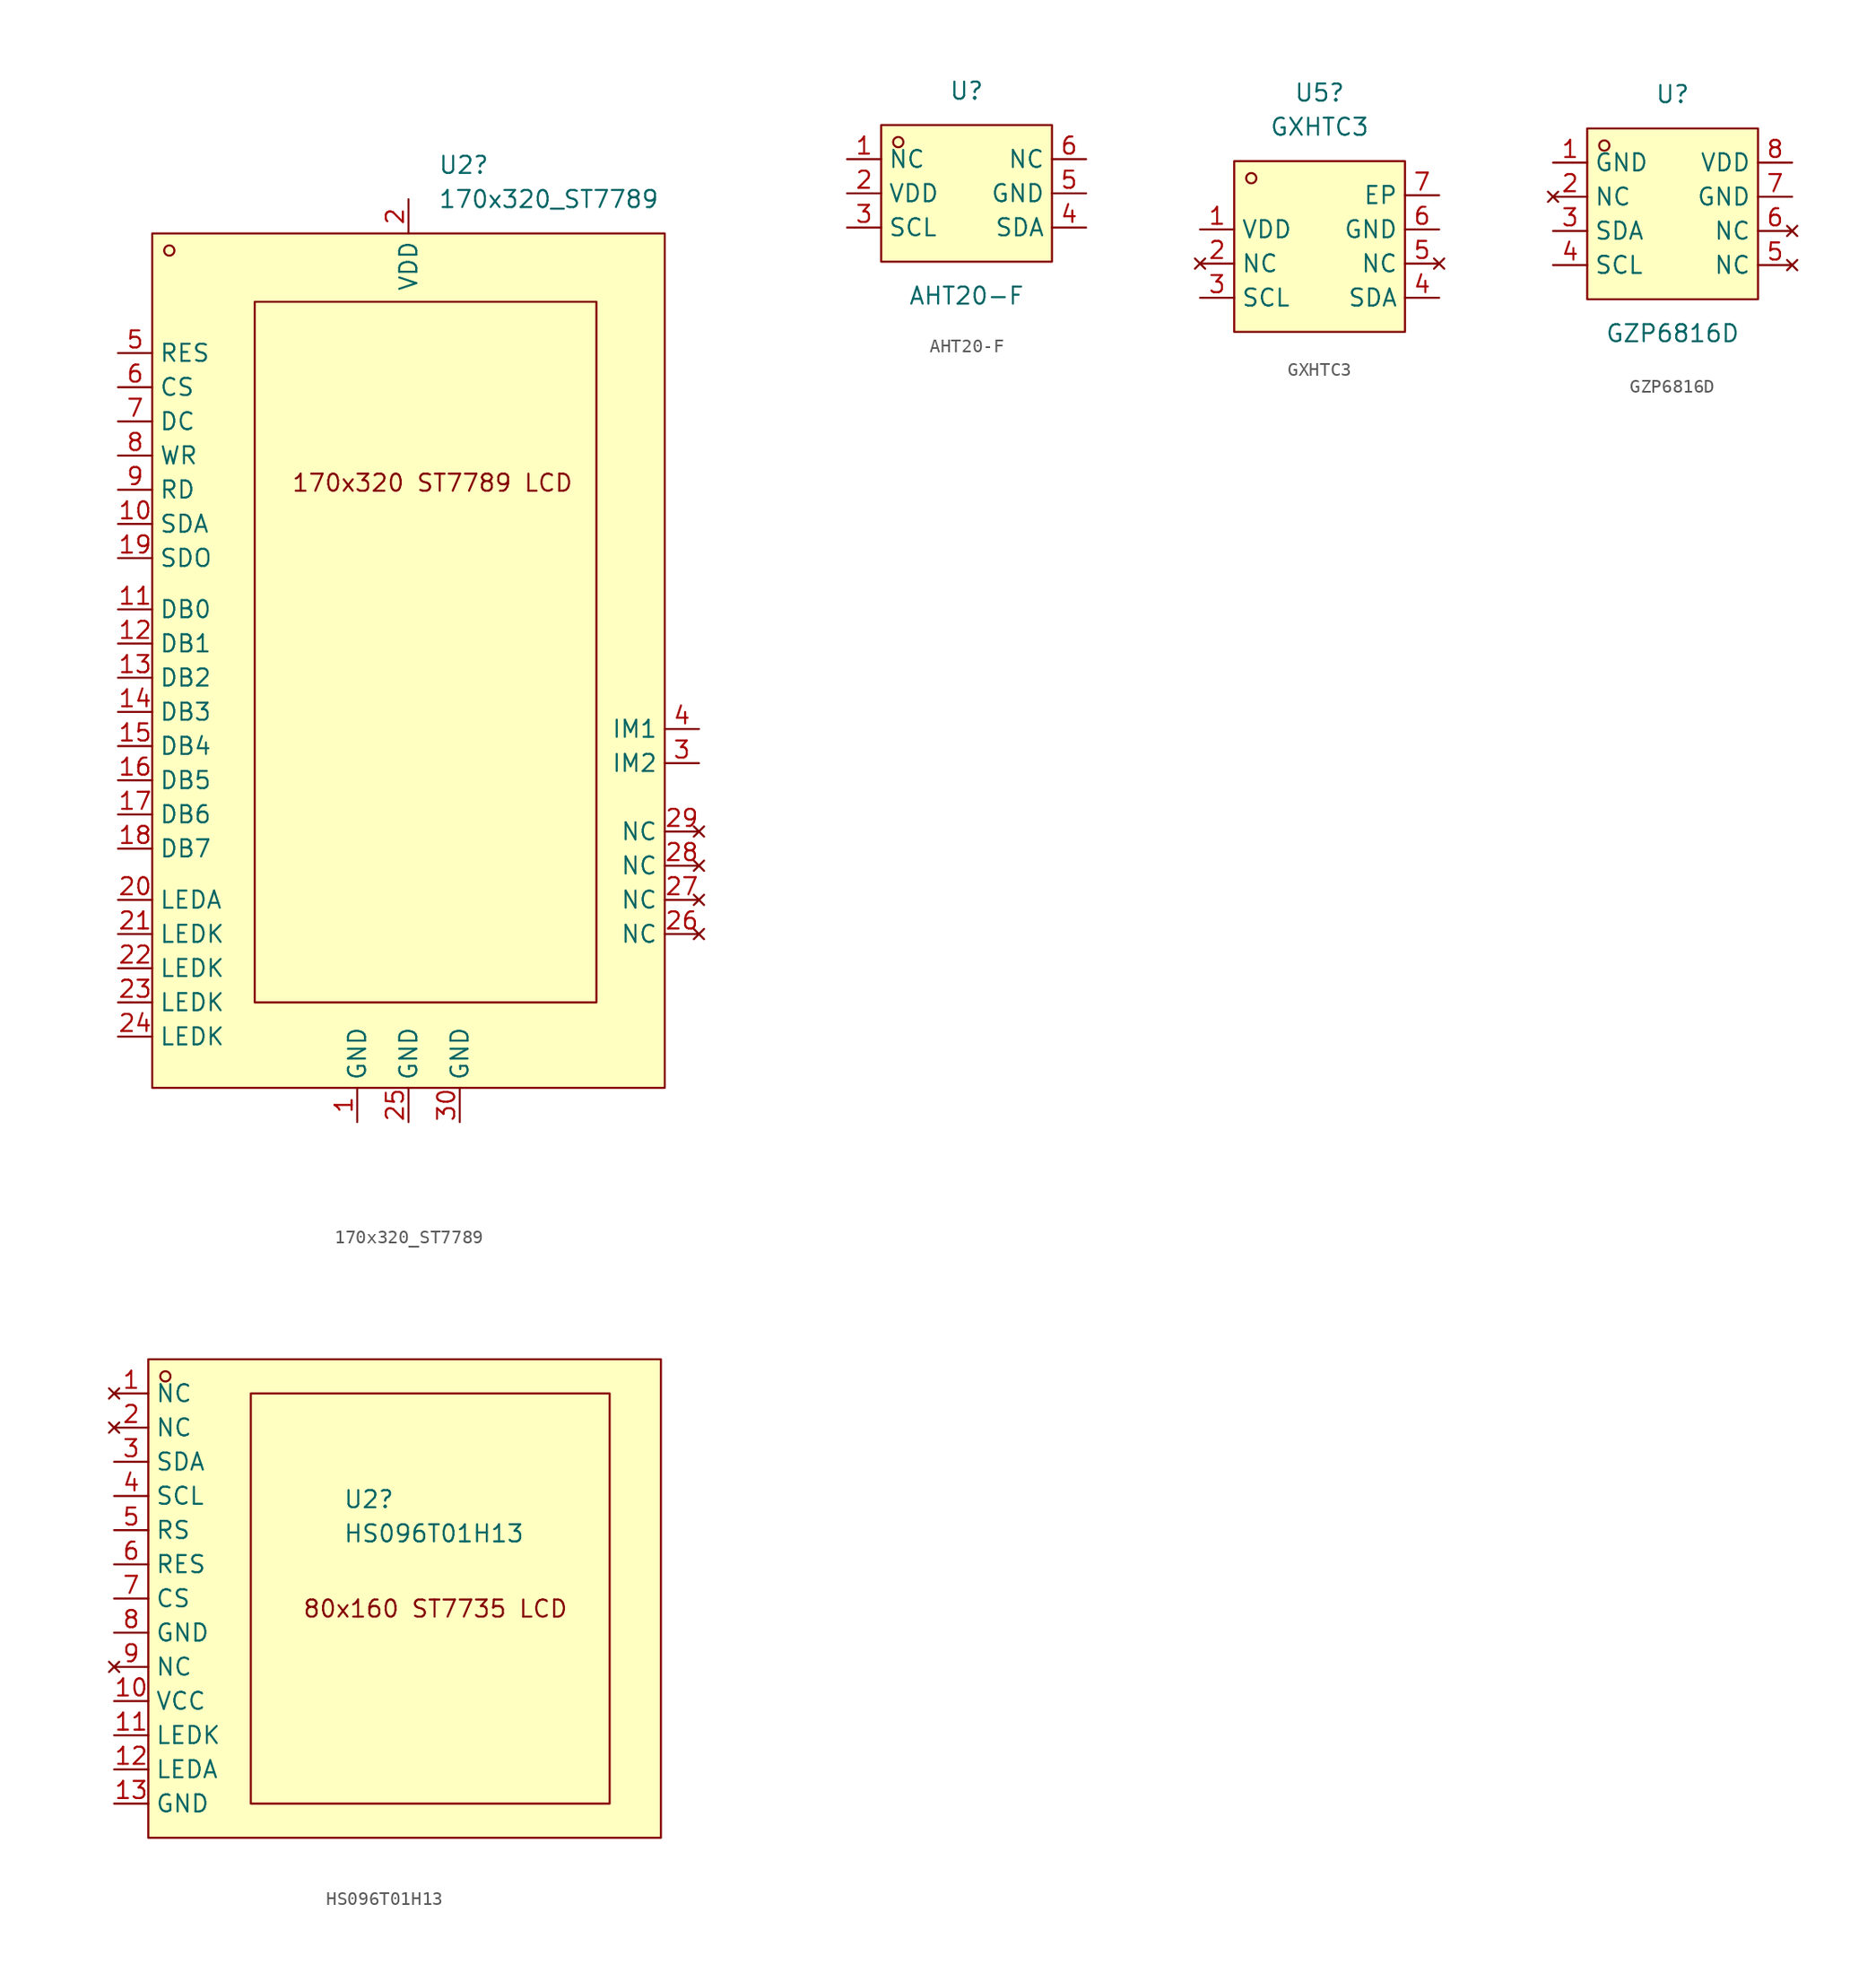
<source format=kicad_sym>
(kicad_symbol_lib
  (version 20231120)
  (generator "kicad_symbol_editor")
  (generator_version "8.0")
  (symbol "170x320_ST7789"
    (property "Reference" "U2"
      (at 2.194 21.59 0)
      (effects (font (size 1.27 1.27)) (justify left)))
    (property "Value" "170x320_ST7789"
      (at 2.194 19.05 0)
      (effects (font (size 1.27 1.27)) (justify left)))
    (symbol "170x320_ST7789_0_1"
      (rectangle (start -19.05 16.51) (end 19.05 -46.99) (stroke (width 0) (type default)) (fill (type background)))
      (circle (center -17.78 15.24) (radius 0.38) (stroke (width 0) (type default)) (fill (type none)))
      (rectangle (start -11.43 11.43) (end 13.97 -40.64) (stroke (width 0) (type default)) (fill (type background))))
    (symbol "170x320_ST7789_1_1"
      (text "170x320 ST7789 LCD" (at 1.778 -2.032 0) (effects (font (size 1.27 1.27))))
      (pin power_in line (at -3.81 -49.53 90) (length 2.54) (name "GND" (effects (font (size 1.27 1.27)))) (number "1" (effects (font (size 1.27 1.27)))))
      (pin input line (at -21.59 -5.08 0) (length 2.54) (name "SDA" (effects (font (size 1.27 1.27)))) (number "10" (effects (font (size 1.27 1.27)))))
      (pin input line (at -21.59 -11.43 0) (length 2.54) (name "DB0" (effects (font (size 1.27 1.27)))) (number "11" (effects (font (size 1.27 1.27)))))
      (pin input line (at -21.59 -13.97 0) (length 2.54) (name "DB1" (effects (font (size 1.27 1.27)))) (number "12" (effects (font (size 1.27 1.27)))))
      (pin input line (at -21.59 -16.51 0) (length 2.54) (name "DB2" (effects (font (size 1.27 1.27)))) (number "13" (effects (font (size 1.27 1.27)))))
      (pin input line (at -21.59 -19.05 0) (length 2.54) (name "DB3" (effects (font (size 1.27 1.27)))) (number "14" (effects (font (size 1.27 1.27)))))
      (pin input line (at -21.59 -21.59 0) (length 2.54) (name "DB4" (effects (font (size 1.27 1.27)))) (number "15" (effects (font (size 1.27 1.27)))))
      (pin input line (at -21.59 -24.13 0) (length 2.54) (name "DB5" (effects (font (size 1.27 1.27)))) (number "16" (effects (font (size 1.27 1.27)))))
      (pin input line (at -21.59 -26.67 0) (length 2.54) (name "DB6" (effects (font (size 1.27 1.27)))) (number "17" (effects (font (size 1.27 1.27)))))
      (pin input line (at -21.59 -29.21 0) (length 2.54) (name "DB7" (effects (font (size 1.27 1.27)))) (number "18" (effects (font (size 1.27 1.27)))))
      (pin output line (at -21.59 -7.62 0) (length 2.54) (name "SDO" (effects (font (size 1.27 1.27)))) (number "19" (effects (font (size 1.27 1.27)))))
      (pin power_in line (at 0 19.05 270) (length 2.54) (name "VDD" (effects (font (size 1.27 1.27)))) (number "2" (effects (font (size 1.27 1.27)))))
      (pin passive line (at -21.59 -33.02 0) (length 2.54) (name "LEDA" (effects (font (size 1.27 1.27)))) (number "20" (effects (font (size 1.27 1.27)))))
      (pin passive line (at -21.59 -35.56 0) (length 2.54) (name "LEDK" (effects (font (size 1.27 1.27)))) (number "21" (effects (font (size 1.27 1.27)))))
      (pin passive line (at -21.59 -38.1 0) (length 2.54) (name "LEDK" (effects (font (size 1.27 1.27)))) (number "22" (effects (font (size 1.27 1.27)))))
      (pin passive line (at -21.59 -40.64 0) (length 2.54) (name "LEDK" (effects (font (size 1.27 1.27)))) (number "23" (effects (font (size 1.27 1.27)))))
      (pin passive line (at -21.59 -43.18 0) (length 2.54) (name "LEDK" (effects (font (size 1.27 1.27)))) (number "24" (effects (font (size 1.27 1.27)))))
      (pin power_in line (at 0 -49.53 90) (length 2.54) (name "GND" (effects (font (size 1.27 1.27)))) (number "25" (effects (font (size 1.27 1.27)))))
      (pin no_connect line (at 21.59 -35.56 180) (length 2.54) (name "NC" (effects (font (size 1.27 1.27)))) (number "26" (effects (font (size 1.27 1.27)))))
      (pin no_connect line (at 21.59 -33.02 180) (length 2.54) (name "NC" (effects (font (size 1.27 1.27)))) (number "27" (effects (font (size 1.27 1.27)))))
      (pin no_connect line (at 21.59 -30.48 180) (length 2.54) (name "NC" (effects (font (size 1.27 1.27)))) (number "28" (effects (font (size 1.27 1.27)))))
      (pin no_connect line (at 21.59 -27.94 180) (length 2.54) (name "NC" (effects (font (size 1.27 1.27)))) (number "29" (effects (font (size 1.27 1.27)))))
      (pin input line (at 21.59 -22.86 180) (length 2.54) (name "IM2" (effects (font (size 1.27 1.27)))) (number "3" (effects (font (size 1.27 1.27)))))
      (pin power_in line (at 3.81 -49.53 90) (length 2.54) (name "GND" (effects (font (size 1.27 1.27)))) (number "30" (effects (font (size 1.27 1.27)))))
      (pin input line (at 21.59 -20.32 180) (length 2.54) (name "IM1" (effects (font (size 1.27 1.27)))) (number "4" (effects (font (size 1.27 1.27)))))
      (pin input line (at -21.59 7.62 0) (length 2.54) (name "RES" (effects (font (size 1.27 1.27)))) (number "5" (effects (font (size 1.27 1.27)))))
      (pin input line (at -21.59 5.08 0) (length 2.54) (name "CS" (effects (font (size 1.27 1.27)))) (number "6" (effects (font (size 1.27 1.27)))))
      (pin input line (at -21.59 2.54 0) (length 2.54) (name "DC" (effects (font (size 1.27 1.27)))) (number "7" (effects (font (size 1.27 1.27)))))
      (pin input line (at -21.59 0 0) (length 2.54) (name "WR" (effects (font (size 1.27 1.27)))) (number "8" (effects (font (size 1.27 1.27)))))
      (pin input line (at -21.59 -2.54 0) (length 2.54) (name "RD" (effects (font (size 1.27 1.27)))) (number "9" (effects (font (size 1.27 1.27)))))))
  (symbol "AHT20-F"
    (property "Reference" "U"
      (at 0 7.62 0)
      (effects (font (size 1.27 1.27))))
    (property "Value" "AHT20-F"
      (at 0 -7.62 0)
      (effects (font (size 1.27 1.27))))
    (symbol "AHT20-F_0_1"
      (rectangle (start -6.35 5.08) (end 6.35 -5.08) (stroke (width 0) (type default)) (fill (type background)))
      (circle (center -5.08 3.81) (radius 0.38) (stroke (width 0) (type default)) (fill (type none)))
      (pin unspecified line (at -8.89 2.54 0) (length 2.54) (name "NC" (effects (font (size 1.27 1.27)))) (number "1" (effects (font (size 1.27 1.27)))))
      (pin unspecified line (at -8.89 0 0) (length 2.54) (name "VDD" (effects (font (size 1.27 1.27)))) (number "2" (effects (font (size 1.27 1.27)))))
      (pin unspecified line (at -8.89 -2.54 0) (length 2.54) (name "SCL" (effects (font (size 1.27 1.27)))) (number "3" (effects (font (size 1.27 1.27)))))
      (pin unspecified line (at 8.89 -2.54 180) (length 2.54) (name "SDA" (effects (font (size 1.27 1.27)))) (number "4" (effects (font (size 1.27 1.27)))))
      (pin unspecified line (at 8.89 0 180) (length 2.54) (name "GND" (effects (font (size 1.27 1.27)))) (number "5" (effects (font (size 1.27 1.27)))))
      (pin unspecified line (at 8.89 2.54 180) (length 2.54) (name "NC" (effects (font (size 1.27 1.27)))) (number "6" (effects (font (size 1.27 1.27)))))))
  (symbol "GXHTC3"
    (property "Reference" "U5"
      (at 0 11.43 0)
      (effects (font (size 1.27 1.27))))
    (property "Value" "GXHTC3"
      (at 0 8.89 0)
      (effects (font (size 1.27 1.27))))
    (symbol "GXHTC3_0_1"
      (rectangle (start -6.35 6.35) (end 6.35 -6.35) (stroke (width 0) (type default)) (fill (type background)))
      (circle (center -5.08 5.08) (radius 0.38) (stroke (width 0) (type default)) (fill (type none))))
    (symbol "GXHTC3_1_1"
      (pin power_in line (at -8.89 1.27 0) (length 2.54) (name "VDD" (effects (font (size 1.27 1.27)))) (number "1" (effects (font (size 1.27 1.27)))))
      (pin no_connect line (at -8.89 -1.27 0) (length 2.54) (name "NC" (effects (font (size 1.27 1.27)))) (number "2" (effects (font (size 1.27 1.27)))))
      (pin open_collector line (at -8.89 -3.81 0) (length 2.54) (name "SCL" (effects (font (size 1.27 1.27)))) (number "3" (effects (font (size 1.27 1.27)))))
      (pin open_collector line (at 8.89 -3.81 180) (length 2.54) (name "SDA" (effects (font (size 1.27 1.27)))) (number "4" (effects (font (size 1.27 1.27)))))
      (pin no_connect line (at 8.89 -1.27 180) (length 2.54) (name "NC" (effects (font (size 1.27 1.27)))) (number "5" (effects (font (size 1.27 1.27)))))
      (pin power_in line (at 8.89 1.27 180) (length 2.54) (name "GND" (effects (font (size 1.27 1.27)))) (number "6" (effects (font (size 1.27 1.27)))))
      (pin power_in line (at 8.89 3.81 180) (length 2.54) (name "EP" (effects (font (size 1.27 1.27)))) (number "7" (effects (font (size 1.27 1.27)))))))
  (symbol "GZP6816D"
    (property "Reference" "U"
      (at 0 8.89 0)
      (effects (font (size 1.27 1.27))))
    (property "Value" "GZP6816D"
      (at 0 -8.89 0)
      (effects (font (size 1.27 1.27))))
    (symbol "GZP6816D_0_1"
      (rectangle (start -6.35 6.35) (end 6.35 -6.35) (stroke (width 0) (type default)) (fill (type background)))
      (circle (center -5.08 5.08) (radius 0.38) (stroke (width 0) (type default)) (fill (type none))))
    (symbol "GZP6816D_1_1"
      (pin power_in line (at -8.89 3.81 0) (length 2.54) (name "GND" (effects (font (size 1.27 1.27)))) (number "1" (effects (font (size 1.27 1.27)))))
      (pin no_connect line (at -8.89 1.27 0) (length 2.54) (name "NC" (effects (font (size 1.27 1.27)))) (number "2" (effects (font (size 1.27 1.27)))))
      (pin open_collector line (at -8.89 -1.27 0) (length 2.54) (name "SDA" (effects (font (size 1.27 1.27)))) (number "3" (effects (font (size 1.27 1.27)))))
      (pin open_collector line (at -8.89 -3.81 0) (length 2.54) (name "SCL" (effects (font (size 1.27 1.27)))) (number "4" (effects (font (size 1.27 1.27)))))
      (pin no_connect line (at 8.89 -3.81 180) (length 2.54) (name "NC" (effects (font (size 1.27 1.27)))) (number "5" (effects (font (size 1.27 1.27)))))
      (pin no_connect line (at 8.89 -1.27 180) (length 2.54) (name "NC" (effects (font (size 1.27 1.27)))) (number "6" (effects (font (size 1.27 1.27)))))
      (pin power_in line (at 8.89 1.27 180) (length 2.54) (name "GND" (effects (font (size 1.27 1.27)))) (number "7" (effects (font (size 1.27 1.27)))))
      (pin power_in line (at 8.89 3.81 180) (length 2.54) (name "VDD" (effects (font (size 1.27 1.27)))) (number "8" (effects (font (size 1.27 1.27)))))))
  (symbol "HS096T01H13"
    (property "Reference" "U2"
      (at -2.032 6.096 0)
      (effects (font (size 1.27 1.27)) (justify left)))
    (property "Value" "HS096T01H13"
      (at -2.032 3.556 0)
      (effects (font (size 1.27 1.27)) (justify left)))
    (symbol "HS096T01H13_0_1"
      (rectangle (start -16.51 16.51) (end 21.59 -19.05) (stroke (width 0) (type default)) (fill (type background)))
      (circle (center -15.24 15.24) (radius 0.38) (stroke (width 0) (type default)) (fill (type none)))
      (rectangle (start -8.89 13.97) (end 17.78 -16.51) (stroke (width 0) (type default)) (fill (type background))))
    (symbol "HS096T01H13_1_1"
      (text "80x160 ST7735 LCD" (at 4.826 -2.032 0) (effects (font (size 1.27 1.27))))
      (pin no_connect line (at -19.05 13.97 0) (length 2.54) (name "NC" (effects (font (size 1.27 1.27)))) (number "1" (effects (font (size 1.27 1.27)))))
      (pin power_in line (at -19.05 -8.89 0) (length 2.54) (name "VCC" (effects (font (size 1.27 1.27)))) (number "10" (effects (font (size 1.27 1.27)))))
      (pin passive line (at -19.05 -11.43 0) (length 2.54) (name "LEDK" (effects (font (size 1.27 1.27)))) (number "11" (effects (font (size 1.27 1.27)))))
      (pin passive line (at -19.05 -13.97 0) (length 2.54) (name "LEDA" (effects (font (size 1.27 1.27)))) (number "12" (effects (font (size 1.27 1.27)))))
      (pin power_in line (at -19.05 -16.51 0) (length 2.54) (name "GND" (effects (font (size 1.27 1.27)))) (number "13" (effects (font (size 1.27 1.27)))))
      (pin no_connect line (at -19.05 11.43 0) (length 2.54) (name "NC" (effects (font (size 1.27 1.27)))) (number "2" (effects (font (size 1.27 1.27)))))
      (pin input line (at -19.05 8.89 0) (length 2.54) (name "SDA" (effects (font (size 1.27 1.27)))) (number "3" (effects (font (size 1.27 1.27)))))
      (pin input line (at -19.05 6.35 0) (length 2.54) (name "SCL" (effects (font (size 1.27 1.27)))) (number "4" (effects (font (size 1.27 1.27)))))
      (pin input line (at -19.05 3.81 0) (length 2.54) (name "RS" (effects (font (size 1.27 1.27)))) (number "5" (effects (font (size 1.27 1.27)))))
      (pin input line (at -19.05 1.27 0) (length 2.54) (name "RES" (effects (font (size 1.27 1.27)))) (number "6" (effects (font (size 1.27 1.27)))))
      (pin input line (at -19.05 -1.27 0) (length 2.54) (name "CS" (effects (font (size 1.27 1.27)))) (number "7" (effects (font (size 1.27 1.27)))))
      (pin power_in line (at -19.05 -3.81 0) (length 2.54) (name "GND" (effects (font (size 1.27 1.27)))) (number "8" (effects (font (size 1.27 1.27)))))
      (pin no_connect line (at -19.05 -6.35 0) (length 2.54) (name "NC" (effects (font (size 1.27 1.27)))) (number "9" (effects (font (size 1.27 1.27))))))))
</source>
